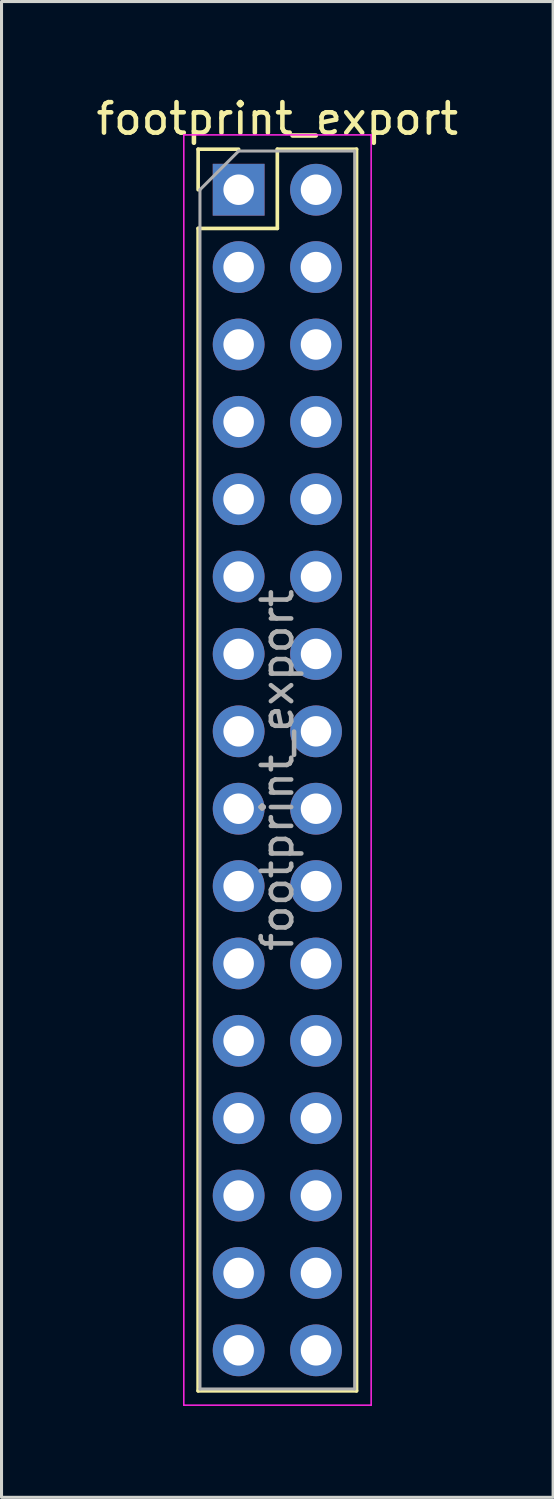
<source format=kicad_pcb>
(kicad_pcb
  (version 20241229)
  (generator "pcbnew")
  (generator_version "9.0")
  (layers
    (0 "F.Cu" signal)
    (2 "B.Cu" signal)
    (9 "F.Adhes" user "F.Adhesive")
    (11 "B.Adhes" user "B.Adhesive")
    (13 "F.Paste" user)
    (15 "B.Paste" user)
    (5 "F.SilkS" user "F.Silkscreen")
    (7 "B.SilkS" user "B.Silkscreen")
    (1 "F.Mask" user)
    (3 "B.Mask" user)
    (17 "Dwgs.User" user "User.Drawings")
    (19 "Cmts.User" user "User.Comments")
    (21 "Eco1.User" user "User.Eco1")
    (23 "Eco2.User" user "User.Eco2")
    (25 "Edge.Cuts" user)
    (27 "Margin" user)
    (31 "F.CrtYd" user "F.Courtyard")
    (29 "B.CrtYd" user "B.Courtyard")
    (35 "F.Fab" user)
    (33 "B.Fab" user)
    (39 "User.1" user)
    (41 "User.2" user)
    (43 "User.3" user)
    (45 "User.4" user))
  (footprint "footprint_export"
    (layer "F.Cu")
    (at 4.784 3.178)
    (property "Reference" "footprint_export" (at 1.27 -2.33 0) (layer "F.SilkS") (effects (font (size 1 1) (thickness 0.15))))
    (attr through_hole)
    (fp_line (start -1.33 -1.33) (end 0 -1.33) (stroke (width 0.12) (type solid)) (layer "F.SilkS"))
    (fp_line (start -1.33 0) (end -1.33 -1.33) (stroke (width 0.12) (type solid)) (layer "F.SilkS"))
    (fp_line (start -1.33 1.27) (end -1.33 39.43) (stroke (width 0.12) (type solid)) (layer "F.SilkS"))
    (fp_line (start -1.33 1.27) (end 1.27 1.27) (stroke (width 0.12) (type solid)) (layer "F.SilkS"))
    (fp_line (start -1.33 39.43) (end 3.87 39.43) (stroke (width 0.12) (type solid)) (layer "F.SilkS"))
    (fp_line (start 1.27 -1.33) (end 3.87 -1.33) (stroke (width 0.12) (type solid)) (layer "F.SilkS"))
    (fp_line (start 1.27 1.27) (end 1.27 -1.33) (stroke (width 0.12) (type solid)) (layer "F.SilkS"))
    (fp_line (start 3.87 -1.33) (end 3.87 39.43) (stroke (width 0.12) (type solid)) (layer "F.SilkS"))
    (fp_line (start -1.8 -1.8) (end -1.8 39.9) (stroke (width 0.05) (type solid)) (layer "F.CrtYd"))
    (fp_line (start -1.8 39.9) (end 4.35 39.9) (stroke (width 0.05) (type solid)) (layer "F.CrtYd"))
    (fp_line (start 4.35 -1.8) (end -1.8 -1.8) (stroke (width 0.05) (type solid)) (layer "F.CrtYd"))
    (fp_line (start 4.35 39.9) (end 4.35 -1.8) (stroke (width 0.05) (type solid)) (layer "F.CrtYd"))
    (fp_line (start -1.27 0) (end 0 -1.27) (stroke (width 0.1) (type solid)) (layer "F.Fab"))
    (fp_line (start -1.27 39.37) (end -1.27 0) (stroke (width 0.1) (type solid)) (layer "F.Fab"))
    (fp_line (start 0 -1.27) (end 3.81 -1.27) (stroke (width 0.1) (type solid)) (layer "F.Fab"))
    (fp_line (start 3.81 -1.27) (end 3.81 39.37) (stroke (width 0.1) (type solid)) (layer "F.Fab"))
    (fp_line (start 3.81 39.37) (end -1.27 39.37) (stroke (width 0.1) (type solid)) (layer "F.Fab"))
    (fp_text user "${REFERENCE}" (at 1.27 19.05 90) (layer "F.Fab") (effects (font (size 1 1) (thickness 0.15))))
    (pad "1" thru_hole rect (at 0 0) (size 1.7 1.7) (drill 1) (layers "*.Cu" "*.Mask"))
    (pad "2" thru_hole oval (at 2.54 0) (size 1.7 1.7) (drill 1) (layers "*.Cu" "*.Mask"))
    (pad "3" thru_hole oval (at 0 2.54) (size 1.7 1.7) (drill 1) (layers "*.Cu" "*.Mask"))
    (pad "4" thru_hole oval (at 2.54 2.54) (size 1.7 1.7) (drill 1) (layers "*.Cu" "*.Mask"))
    (pad "5" thru_hole oval (at 0 5.08) (size 1.7 1.7) (drill 1) (layers "*.Cu" "*.Mask"))
    (pad "6" thru_hole oval (at 2.54 5.08) (size 1.7 1.7) (drill 1) (layers "*.Cu" "*.Mask"))
    (pad "7" thru_hole oval (at 0 7.62) (size 1.7 1.7) (drill 1) (layers "*.Cu" "*.Mask"))
    (pad "8" thru_hole oval (at 2.54 7.62) (size 1.7 1.7) (drill 1) (layers "*.Cu" "*.Mask"))
    (pad "9" thru_hole oval (at 0 10.16) (size 1.7 1.7) (drill 1) (layers "*.Cu" "*.Mask"))
    (pad "10" thru_hole oval (at 2.54 10.16) (size 1.7 1.7) (drill 1) (layers "*.Cu" "*.Mask"))
    (pad "11" thru_hole oval (at 0 12.7) (size 1.7 1.7) (drill 1) (layers "*.Cu" "*.Mask"))
    (pad "12" thru_hole oval (at 2.54 12.7) (size 1.7 1.7) (drill 1) (layers "*.Cu" "*.Mask"))
    (pad "13" thru_hole oval (at 0 15.24) (size 1.7 1.7) (drill 1) (layers "*.Cu" "*.Mask"))
    (pad "14" thru_hole oval (at 2.54 15.24) (size 1.7 1.7) (drill 1) (layers "*.Cu" "*.Mask"))
    (pad "15" thru_hole oval (at 0 17.78) (size 1.7 1.7) (drill 1) (layers "*.Cu" "*.Mask"))
    (pad "16" thru_hole oval (at 2.54 17.78) (size 1.7 1.7) (drill 1) (layers "*.Cu" "*.Mask"))
    (pad "17" thru_hole oval (at 0 20.32) (size 1.7 1.7) (drill 1) (layers "*.Cu" "*.Mask"))
    (pad "18" thru_hole oval (at 2.54 20.32) (size 1.7 1.7) (drill 1) (layers "*.Cu" "*.Mask"))
    (pad "19" thru_hole oval (at 0 22.86) (size 1.7 1.7) (drill 1) (layers "*.Cu" "*.Mask"))
    (pad "20" thru_hole oval (at 2.54 22.86) (size 1.7 1.7) (drill 1) (layers "*.Cu" "*.Mask"))
    (pad "21" thru_hole oval (at 0 25.4) (size 1.7 1.7) (drill 1) (layers "*.Cu" "*.Mask"))
    (pad "22" thru_hole oval (at 2.54 25.4) (size 1.7 1.7) (drill 1) (layers "*.Cu" "*.Mask"))
    (pad "23" thru_hole oval (at 0 27.94) (size 1.7 1.7) (drill 1) (layers "*.Cu" "*.Mask"))
    (pad "24" thru_hole oval (at 2.54 27.94) (size 1.7 1.7) (drill 1) (layers "*.Cu" "*.Mask"))
    (pad "25" thru_hole oval (at 0 30.48) (size 1.7 1.7) (drill 1) (layers "*.Cu" "*.Mask"))
    (pad "26" thru_hole oval (at 2.54 30.48) (size 1.7 1.7) (drill 1) (layers "*.Cu" "*.Mask"))
    (pad "27" thru_hole oval (at 0 33.02) (size 1.7 1.7) (drill 1) (layers "*.Cu" "*.Mask"))
    (pad "28" thru_hole oval (at 2.54 33.02) (size 1.7 1.7) (drill 1) (layers "*.Cu" "*.Mask"))
    (pad "29" thru_hole oval (at 0 35.56) (size 1.7 1.7) (drill 1) (layers "*.Cu" "*.Mask"))
    (pad "30" thru_hole oval (at 2.54 35.56) (size 1.7 1.7) (drill 1) (layers "*.Cu" "*.Mask"))
    (pad "31" thru_hole oval (at 0 38.1) (size 1.7 1.7) (drill 1) (layers "*.Cu" "*.Mask"))
    (pad "32" thru_hole oval (at 2.54 38.1) (size 1.7 1.7) (drill 1) (layers "*.Cu" "*.Mask")))
  (gr_rect
    (start -3 -3)
    (end 15.107 46.103)
    (stroke (width 0.1) (type default))
    (fill no)
    (layer "Edge.Cuts")))
</source>
